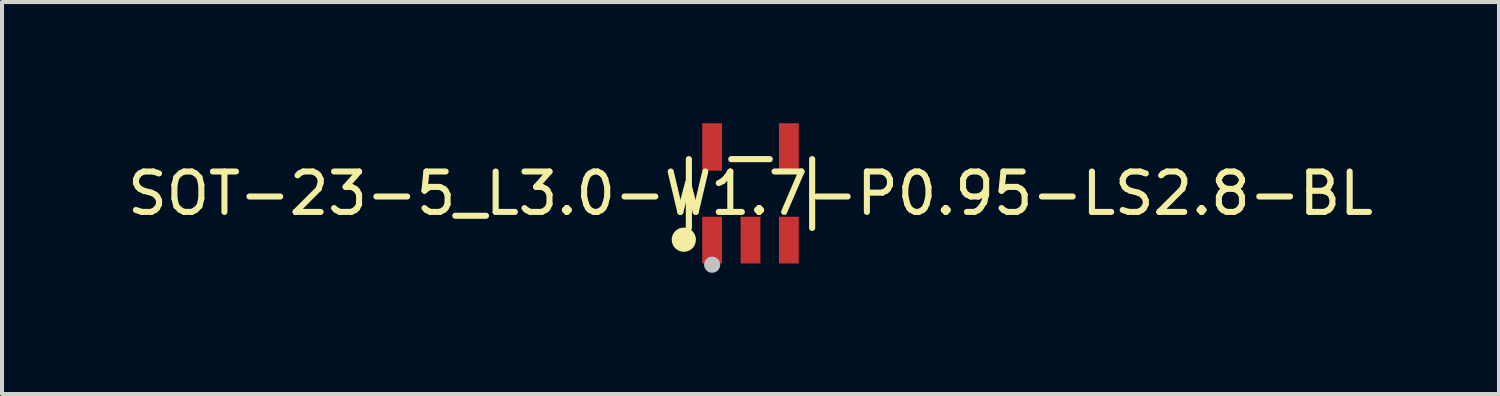
<source format=kicad_pcb>
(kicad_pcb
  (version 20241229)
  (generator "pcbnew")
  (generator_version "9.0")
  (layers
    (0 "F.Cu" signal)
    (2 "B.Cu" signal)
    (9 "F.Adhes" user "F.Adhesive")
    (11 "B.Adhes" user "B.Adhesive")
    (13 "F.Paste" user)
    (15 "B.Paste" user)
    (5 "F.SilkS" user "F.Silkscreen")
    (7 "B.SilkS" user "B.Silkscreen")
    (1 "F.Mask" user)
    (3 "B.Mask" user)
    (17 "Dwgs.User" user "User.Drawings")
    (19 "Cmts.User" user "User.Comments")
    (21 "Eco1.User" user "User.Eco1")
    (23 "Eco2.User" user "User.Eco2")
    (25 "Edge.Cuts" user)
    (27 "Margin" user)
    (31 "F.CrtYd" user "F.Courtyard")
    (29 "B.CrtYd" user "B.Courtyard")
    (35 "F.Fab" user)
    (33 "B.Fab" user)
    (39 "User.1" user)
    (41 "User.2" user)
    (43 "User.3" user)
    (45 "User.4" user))
  (footprint "SOT-23-5_L3.0-W1.7-P0.95-LS2.8-BL"
    (layer "F.Cu")
    (at 15.53 1.741)
    (property "Reference" "SOT-23-5_L3.0-W1.7-P0.95-LS2.8-BL" (at 0 0 0) (layer "F.SilkS") (effects (font (size 1 1) (thickness 0.15))))
    (fp_line (start -1.526 0.851) (end -1.526 -0.851) (stroke (width 0.152) (type default)) (layer "F.SilkS"))
    (fp_line (start 0.476 -0.851) (end -0.476 -0.851) (stroke (width 0.152) (type default)) (layer "F.SilkS"))
    (fp_line (start 1.526 0.851) (end 1.526 -0.851) (stroke (width 0.152) (type default)) (layer "F.SilkS"))
    (fp_circle (center -1.651 1.143) (end -1.501 1.143) (stroke (width 0.3) (type default)) (fill no) (layer "F.SilkS"))
    (fp_circle (center -0.95 1.762) (end -0.85 1.762) (stroke (width 0.2) (type default)) (fill no) (layer "Dwgs.User"))
    (fp_poly (pts (xy -1.125 -1) (xy -1.125 -1.4) (xy -0.775 -1.4) (xy -0.775 -1)) (stroke (width 0.1) (type default)) (fill no) (layer "User.1"))
    (fp_poly (pts (xy -1.125 -0.74) (xy -1.125 -1.01) (xy -0.775 -1.01) (xy -0.775 -0.74)) (stroke (width 0.1) (type default)) (fill no) (layer "User.1"))
    (fp_poly (pts (xy -1.125 1.01) (xy -1.125 0.74) (xy -0.775 0.74) (xy -0.775 1.01)) (stroke (width 0.1) (type default)) (fill no) (layer "User.1"))
    (fp_poly (pts (xy -1.125 1.4) (xy -1.125 1) (xy -0.775 1) (xy -0.775 1.4)) (stroke (width 0.1) (type default)) (fill no) (layer "User.1"))
    (fp_poly (pts (xy -0.175 1.01) (xy -0.175 0.74) (xy 0.175 0.74) (xy 0.175 1.01)) (stroke (width 0.1) (type default)) (fill no) (layer "User.1"))
    (fp_poly (pts (xy -0.175 1.4) (xy -0.175 1) (xy 0.175 1) (xy 0.175 1.4)) (stroke (width 0.1) (type default)) (fill no) (layer "User.1"))
    (fp_poly (pts (xy 0.775 -1) (xy 0.775 -1.4) (xy 1.125 -1.4) (xy 1.125 -1)) (stroke (width 0.1) (type default)) (fill no) (layer "User.1"))
    (fp_poly (pts (xy 0.775 -0.74) (xy 0.775 -1.01) (xy 1.125 -1.01) (xy 1.125 -0.74)) (stroke (width 0.1) (type default)) (fill no) (layer "User.1"))
    (fp_poly (pts (xy 0.775 1.01) (xy 0.775 0.74) (xy 1.125 0.74) (xy 1.125 1.01)) (stroke (width 0.1) (type default)) (fill no) (layer "User.1"))
    (fp_poly (pts (xy 0.775 1.4) (xy 0.775 1) (xy 1.125 1) (xy 1.125 1.4)) (stroke (width 0.1) (type default)) (fill no) (layer "User.1"))
    (fp_line (start -1.45 -0.775) (end 1.45 -0.775) (stroke (width 0.051) (type default)) (layer "User.2"))
    (fp_line (start -1.45 0.775) (end -1.45 -0.775) (stroke (width 0.051) (type default)) (layer "User.2"))
    (fp_line (start 1.45 -0.775) (end 1.45 0.775) (stroke (width 0.051) (type default)) (layer "User.2"))
    (fp_line (start 1.45 0.775) (end -1.45 0.775) (stroke (width 0.051) (type default)) (layer "User.2"))
    (fp_poly (pts (xy -1.365 1.347) (xy -1.397 1.315) (xy -1.443 1.315) (xy -1.475 1.347) (xy -1.475 1.393) (xy -1.443 1.425) (xy -1.397 1.425) (xy -1.365 1.393)) (stroke (width 0.1) (type default)) (fill no) (layer "User.3"))
    (pad "1" smd rect (at -0.95 1.153) (size 0.49 1.157) (layers "F.Cu" "F.Mask" "F.Paste"))
    (pad "2" smd rect (at 0 1.153) (size 0.49 1.157) (layers "F.Cu" "F.Mask" "F.Paste"))
    (pad "3" smd rect (at 0.95 1.153) (size 0.49 1.157) (layers "F.Cu" "F.Mask" "F.Paste"))
    (pad "4" smd rect (at 0.95 -1.153) (size 0.49 1.175) (layers "F.Cu" "F.Mask" "F.Paste"))
    (pad "5" smd rect (at -0.95 -1.153) (size 0.49 1.175) (layers "F.Cu" "F.Mask" "F.Paste")))
  (gr_rect
    (start -3 -3)
    (end 34.06 6.704)
    (stroke (width 0.1) (type default))
    (fill no)
    (layer "Edge.Cuts")))
</source>
